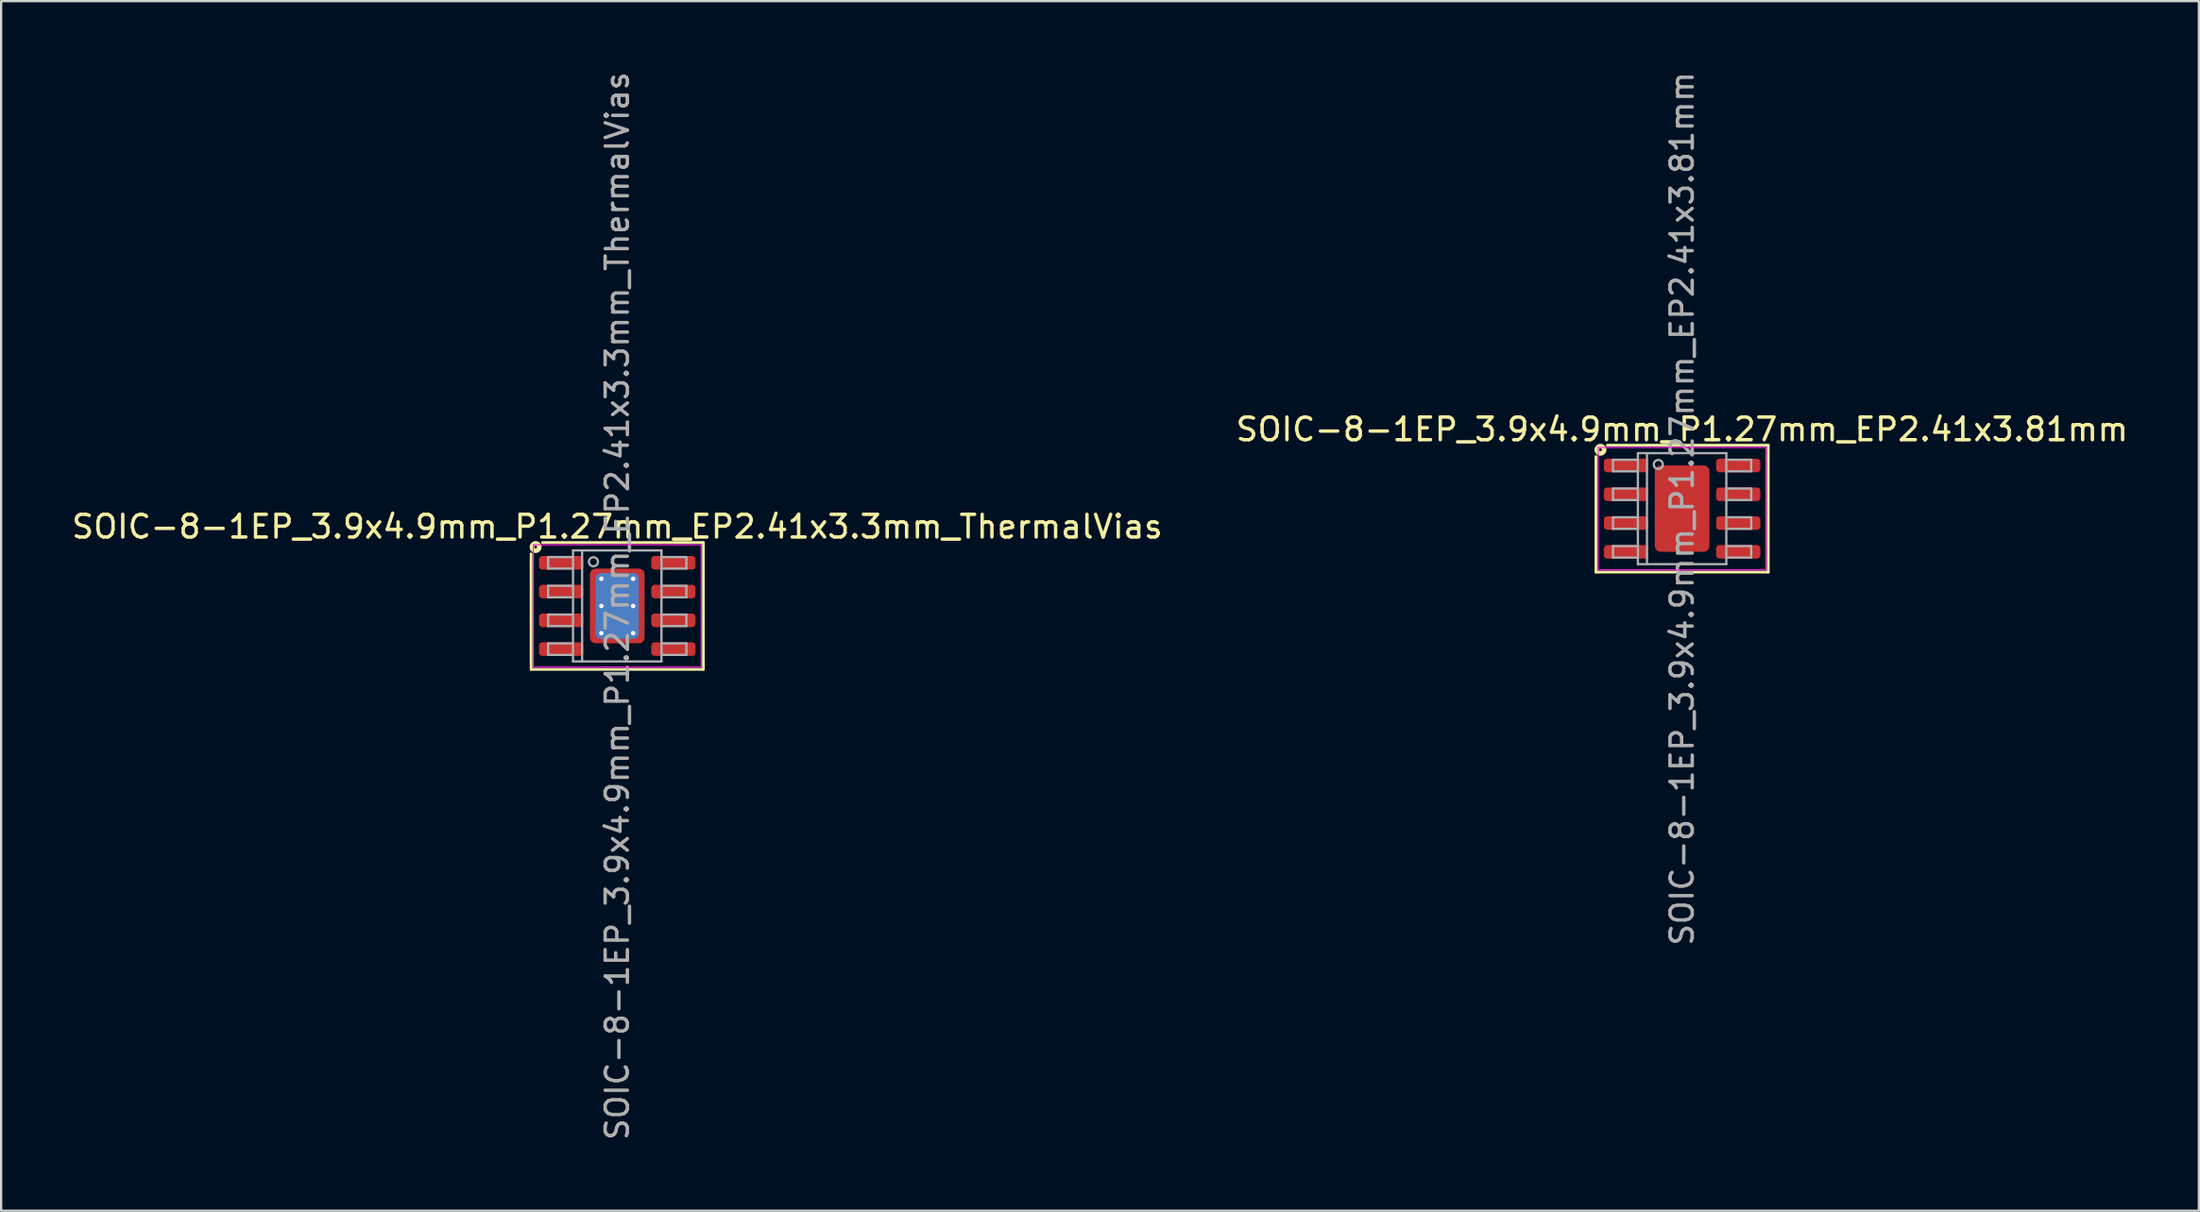
<source format=kicad_pcb>
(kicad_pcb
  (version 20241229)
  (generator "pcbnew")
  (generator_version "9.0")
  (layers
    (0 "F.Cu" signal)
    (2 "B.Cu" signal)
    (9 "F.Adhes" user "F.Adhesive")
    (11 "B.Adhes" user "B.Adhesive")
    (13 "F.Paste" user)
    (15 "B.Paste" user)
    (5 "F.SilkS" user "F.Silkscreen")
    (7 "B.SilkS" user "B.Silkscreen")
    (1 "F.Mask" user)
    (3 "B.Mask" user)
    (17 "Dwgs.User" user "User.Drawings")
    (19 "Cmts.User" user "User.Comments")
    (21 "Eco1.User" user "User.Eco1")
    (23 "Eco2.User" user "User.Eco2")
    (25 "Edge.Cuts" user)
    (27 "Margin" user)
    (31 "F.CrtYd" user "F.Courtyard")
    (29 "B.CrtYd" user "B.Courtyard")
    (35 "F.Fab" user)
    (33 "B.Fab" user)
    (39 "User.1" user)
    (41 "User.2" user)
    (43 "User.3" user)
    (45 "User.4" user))
  (footprint "SOIC-8-1EP_3.9x4.9mm_P1.27mm_EP2.41x3.81mm"
    (layer "F.Cu")
    (at 71.137 19.4)
    (property "Reference" "SOIC-8-1EP_3.9x4.9mm_P1.27mm_EP2.41x3.81mm" (at 0 -3.5 0) (layer "F.SilkS") (effects (font (size 1 1) (thickness 0.15))))
    (attr smd)
    (fp_line (start -3.8 -2.3) (end -3.8 2.8) (stroke (width 0.12) (type solid)) (layer "F.SilkS"))
    (fp_line (start -3.8 2.8) (end 3.8 2.8) (stroke (width 0.12) (type solid)) (layer "F.SilkS"))
    (fp_line (start 3.8 -2.8) (end -3.3 -2.8) (stroke (width 0.12) (type solid)) (layer "F.SilkS"))
    (fp_line (start 3.8 2.8) (end 3.8 -2.8) (stroke (width 0.12) (type solid)) (layer "F.SilkS"))
    (fp_circle (center -3.6 -2.6) (end -3.537 -2.6) (stroke (width 0.2) (type solid)) (fill no) (layer "F.SilkS"))
    (fp_line (start -3.7 -2.7) (end -3.7 2.7) (stroke (width 0.05) (type solid)) (layer "F.CrtYd"))
    (fp_line (start -3.7 2.7) (end 3.7 2.7) (stroke (width 0.05) (type solid)) (layer "F.CrtYd"))
    (fp_line (start 3.7 -2.7) (end -3.7 -2.7) (stroke (width 0.05) (type solid)) (layer "F.CrtYd"))
    (fp_line (start 3.7 2.7) (end 3.7 -2.7) (stroke (width 0.05) (type solid)) (layer "F.CrtYd"))
    (fp_line (start -3.048 -2.159) (end -3.048 -1.651) (stroke (width 0.1) (type solid)) (layer "F.Fab"))
    (fp_line (start -3.048 -2.159) (end -1.968 -2.159) (stroke (width 0.1) (type solid)) (layer "F.Fab"))
    (fp_line (start -3.048 -1.651) (end -1.968 -1.651) (stroke (width 0.1) (type solid)) (layer "F.Fab"))
    (fp_line (start -3.048 -0.889) (end -3.048 -0.381) (stroke (width 0.1) (type solid)) (layer "F.Fab"))
    (fp_line (start -3.048 -0.889) (end -1.968 -0.889) (stroke (width 0.1) (type solid)) (layer "F.Fab"))
    (fp_line (start -3.048 -0.381) (end -1.968 -0.381) (stroke (width 0.1) (type solid)) (layer "F.Fab"))
    (fp_line (start -3.048 0.381) (end -3.048 0.889) (stroke (width 0.1) (type solid)) (layer "F.Fab"))
    (fp_line (start -3.048 0.381) (end -1.968 0.381) (stroke (width 0.1) (type solid)) (layer "F.Fab"))
    (fp_line (start -3.048 0.889) (end -1.968 0.889) (stroke (width 0.1) (type solid)) (layer "F.Fab"))
    (fp_line (start -3.048 1.651) (end -3.048 2.159) (stroke (width 0.1) (type solid)) (layer "F.Fab"))
    (fp_line (start -3.048 1.651) (end -1.968 1.651) (stroke (width 0.1) (type solid)) (layer "F.Fab"))
    (fp_line (start -3.048 2.159) (end -1.968 2.159) (stroke (width 0.1) (type solid)) (layer "F.Fab"))
    (fp_line (start -1.95 -2.45) (end 1.95 -2.45) (stroke (width 0.1) (type solid)) (layer "F.Fab"))
    (fp_line (start -1.95 2.45) (end -1.95 -2.45) (stroke (width 0.1) (type solid)) (layer "F.Fab"))
    (fp_line (start -1.55 -2.45) (end -1.55 2.45) (stroke (width 0.1) (type solid)) (layer "F.Fab"))
    (fp_line (start 1.95 -2.45) (end 1.95 2.45) (stroke (width 0.1) (type solid)) (layer "F.Fab"))
    (fp_line (start 1.95 2.45) (end -1.95 2.45) (stroke (width 0.1) (type solid)) (layer "F.Fab"))
    (fp_line (start 3.048 -2.159) (end 1.968 -2.159) (stroke (width 0.1) (type solid)) (layer "F.Fab"))
    (fp_line (start 3.048 -1.651) (end 1.968 -1.651) (stroke (width 0.1) (type solid)) (layer "F.Fab"))
    (fp_line (start 3.048 -1.651) (end 3.048 -2.159) (stroke (width 0.1) (type solid)) (layer "F.Fab"))
    (fp_line (start 3.048 -0.889) (end 1.968 -0.889) (stroke (width 0.1) (type solid)) (layer "F.Fab"))
    (fp_line (start 3.048 -0.381) (end 1.968 -0.381) (stroke (width 0.1) (type solid)) (layer "F.Fab"))
    (fp_line (start 3.048 -0.381) (end 3.048 -0.889) (stroke (width 0.1) (type solid)) (layer "F.Fab"))
    (fp_line (start 3.048 0.381) (end 1.968 0.381) (stroke (width 0.1) (type solid)) (layer "F.Fab"))
    (fp_line (start 3.048 0.889) (end 1.968 0.889) (stroke (width 0.1) (type solid)) (layer "F.Fab"))
    (fp_line (start 3.048 0.889) (end 3.048 0.381) (stroke (width 0.1) (type solid)) (layer "F.Fab"))
    (fp_line (start 3.048 1.651) (end 1.968 1.651) (stroke (width 0.1) (type solid)) (layer "F.Fab"))
    (fp_line (start 3.048 2.159) (end 1.968 2.159) (stroke (width 0.1) (type solid)) (layer "F.Fab"))
    (fp_line (start 3.048 2.159) (end 3.048 1.651) (stroke (width 0.1) (type solid)) (layer "F.Fab"))
    (fp_circle (center -1.05 -1.95) (end -0.85 -1.95) (stroke (width 0.1) (type solid)) (fill no) (layer "F.Fab"))
    (fp_text user "${REFERENCE}" (at 0 0 90) (layer "F.Fab") (effects (font (size 0.98 0.98) (thickness 0.15))))
    (pad "" smd roundrect (at -0.6 -0.95) (size 0.97 1.54) (layers "F.Paste") (roundrect_rratio 0.25))
    (pad "" smd roundrect (at -0.6 0.95) (size 0.97 1.54) (layers "F.Paste") (roundrect_rratio 0.25))
    (pad "" smd roundrect (at 0.6 -0.95) (size 0.97 1.54) (layers "F.Paste") (roundrect_rratio 0.25))
    (pad "" smd roundrect (at 0.6 0.95) (size 0.97 1.54) (layers "F.Paste") (roundrect_rratio 0.25))
    (pad "1" smd roundrect (at -2.475 -1.905) (size 1.95 0.6) (layers "F.Cu" "F.Mask" "F.Paste") (roundrect_rratio 0.25))
    (pad "2" smd roundrect (at -2.475 -0.635) (size 1.95 0.6) (layers "F.Cu" "F.Mask" "F.Paste") (roundrect_rratio 0.25))
    (pad "3" smd roundrect (at -2.475 0.635) (size 1.95 0.6) (layers "F.Cu" "F.Mask" "F.Paste") (roundrect_rratio 0.25))
    (pad "4" smd roundrect (at -2.475 1.905) (size 1.95 0.6) (layers "F.Cu" "F.Mask" "F.Paste") (roundrect_rratio 0.25))
    (pad "5" smd roundrect (at 2.475 1.905) (size 1.95 0.6) (layers "F.Cu" "F.Mask" "F.Paste") (roundrect_rratio 0.25))
    (pad "6" smd roundrect (at 2.475 0.635) (size 1.95 0.6) (layers "F.Cu" "F.Mask" "F.Paste") (roundrect_rratio 0.25))
    (pad "7" smd roundrect (at 2.475 -0.635) (size 1.95 0.6) (layers "F.Cu" "F.Mask" "F.Paste") (roundrect_rratio 0.25))
    (pad "8" smd roundrect (at 2.475 -1.905) (size 1.95 0.6) (layers "F.Cu" "F.Mask" "F.Paste") (roundrect_rratio 0.25))
    (pad "9" smd roundrect (at 0 0) (size 2.41 3.81) (layers "F.Cu" "F.Mask") (roundrect_rratio 0.104)))
  (footprint "SOIC-8-1EP_3.9x4.9mm_P1.27mm_EP2.41x3.3mm_ThermalVias"
    (layer "F.Cu")
    (at 24.173 23.694)
    (property "Reference" "SOIC-8-1EP_3.9x4.9mm_P1.27mm_EP2.41x3.3mm_ThermalVias" (at 0 -3.5 0) (layer "F.SilkS") (effects (font (size 1 1) (thickness 0.15))))
    (attr smd)
    (fp_line (start -3.8 -2.3) (end -3.8 2.8) (stroke (width 0.12) (type solid)) (layer "F.SilkS"))
    (fp_line (start -3.8 2.8) (end 3.8 2.8) (stroke (width 0.12) (type solid)) (layer "F.SilkS"))
    (fp_line (start 3.8 -2.8) (end -3.3 -2.8) (stroke (width 0.12) (type solid)) (layer "F.SilkS"))
    (fp_line (start 3.8 2.8) (end 3.8 -2.8) (stroke (width 0.12) (type solid)) (layer "F.SilkS"))
    (fp_circle (center -3.6 -2.6) (end -3.537 -2.6) (stroke (width 0.2) (type solid)) (fill no) (layer "F.SilkS"))
    (fp_line (start -3.7 -2.7) (end -3.7 2.7) (stroke (width 0.05) (type solid)) (layer "F.CrtYd"))
    (fp_line (start -3.7 2.7) (end 3.7 2.7) (stroke (width 0.05) (type solid)) (layer "F.CrtYd"))
    (fp_line (start 3.7 -2.7) (end -3.7 -2.7) (stroke (width 0.05) (type solid)) (layer "F.CrtYd"))
    (fp_line (start 3.7 2.7) (end 3.7 -2.7) (stroke (width 0.05) (type solid)) (layer "F.CrtYd"))
    (fp_line (start -3.048 -2.159) (end -3.048 -1.651) (stroke (width 0.1) (type solid)) (layer "F.Fab"))
    (fp_line (start -3.048 -2.159) (end -1.968 -2.159) (stroke (width 0.1) (type solid)) (layer "F.Fab"))
    (fp_line (start -3.048 -1.651) (end -1.968 -1.651) (stroke (width 0.1) (type solid)) (layer "F.Fab"))
    (fp_line (start -3.048 -0.889) (end -3.048 -0.381) (stroke (width 0.1) (type solid)) (layer "F.Fab"))
    (fp_line (start -3.048 -0.889) (end -1.968 -0.889) (stroke (width 0.1) (type solid)) (layer "F.Fab"))
    (fp_line (start -3.048 -0.381) (end -1.968 -0.381) (stroke (width 0.1) (type solid)) (layer "F.Fab"))
    (fp_line (start -3.048 0.381) (end -3.048 0.889) (stroke (width 0.1) (type solid)) (layer "F.Fab"))
    (fp_line (start -3.048 0.381) (end -1.968 0.381) (stroke (width 0.1) (type solid)) (layer "F.Fab"))
    (fp_line (start -3.048 0.889) (end -1.968 0.889) (stroke (width 0.1) (type solid)) (layer "F.Fab"))
    (fp_line (start -3.048 1.651) (end -3.048 2.159) (stroke (width 0.1) (type solid)) (layer "F.Fab"))
    (fp_line (start -3.048 1.651) (end -1.968 1.651) (stroke (width 0.1) (type solid)) (layer "F.Fab"))
    (fp_line (start -3.048 2.159) (end -1.968 2.159) (stroke (width 0.1) (type solid)) (layer "F.Fab"))
    (fp_line (start -1.95 -2.45) (end 1.95 -2.45) (stroke (width 0.1) (type solid)) (layer "F.Fab"))
    (fp_line (start -1.95 2.45) (end -1.95 -2.45) (stroke (width 0.1) (type solid)) (layer "F.Fab"))
    (fp_line (start -1.55 -2.45) (end -1.55 2.45) (stroke (width 0.1) (type solid)) (layer "F.Fab"))
    (fp_line (start 1.95 -2.45) (end 1.95 2.45) (stroke (width 0.1) (type solid)) (layer "F.Fab"))
    (fp_line (start 1.95 2.45) (end -1.95 2.45) (stroke (width 0.1) (type solid)) (layer "F.Fab"))
    (fp_line (start 3.048 -2.159) (end 1.968 -2.159) (stroke (width 0.1) (type solid)) (layer "F.Fab"))
    (fp_line (start 3.048 -1.651) (end 1.968 -1.651) (stroke (width 0.1) (type solid)) (layer "F.Fab"))
    (fp_line (start 3.048 -1.651) (end 3.048 -2.159) (stroke (width 0.1) (type solid)) (layer "F.Fab"))
    (fp_line (start 3.048 -0.889) (end 1.968 -0.889) (stroke (width 0.1) (type solid)) (layer "F.Fab"))
    (fp_line (start 3.048 -0.381) (end 1.968 -0.381) (stroke (width 0.1) (type solid)) (layer "F.Fab"))
    (fp_line (start 3.048 -0.381) (end 3.048 -0.889) (stroke (width 0.1) (type solid)) (layer "F.Fab"))
    (fp_line (start 3.048 0.381) (end 1.968 0.381) (stroke (width 0.1) (type solid)) (layer "F.Fab"))
    (fp_line (start 3.048 0.889) (end 1.968 0.889) (stroke (width 0.1) (type solid)) (layer "F.Fab"))
    (fp_line (start 3.048 0.889) (end 3.048 0.381) (stroke (width 0.1) (type solid)) (layer "F.Fab"))
    (fp_line (start 3.048 1.651) (end 1.968 1.651) (stroke (width 0.1) (type solid)) (layer "F.Fab"))
    (fp_line (start 3.048 2.159) (end 1.968 2.159) (stroke (width 0.1) (type solid)) (layer "F.Fab"))
    (fp_line (start 3.048 2.159) (end 3.048 1.651) (stroke (width 0.1) (type solid)) (layer "F.Fab"))
    (fp_circle (center -1.05 -1.95) (end -0.85 -1.95) (stroke (width 0.1) (type solid)) (fill no) (layer "F.Fab"))
    (fp_text user "${REFERENCE}" (at 0 0 90) (layer "F.Fab") (effects (font (size 0.98 0.98) (thickness 0.15))))
    (pad "" smd roundrect (at -0.6 -0.825) (size 1.01 1.38) (layers "F.Paste") (roundrect_rratio 0.248))
    (pad "" smd roundrect (at -0.6 0.825) (size 1.01 1.38) (layers "F.Paste") (roundrect_rratio 0.248))
    (pad "" smd roundrect (at 0.6 -0.825) (size 1.01 1.38) (layers "F.Paste") (roundrect_rratio 0.248))
    (pad "" smd roundrect (at 0.6 0.825) (size 1.01 1.38) (layers "F.Paste") (roundrect_rratio 0.248))
    (pad "1" smd roundrect (at -2.475 -1.905) (size 1.95 0.6) (layers "F.Cu" "F.Mask" "F.Paste") (roundrect_rratio 0.25))
    (pad "2" smd roundrect (at -2.475 -0.635) (size 1.95 0.6) (layers "F.Cu" "F.Mask" "F.Paste") (roundrect_rratio 0.25))
    (pad "3" smd roundrect (at -2.475 0.635) (size 1.95 0.6) (layers "F.Cu" "F.Mask" "F.Paste") (roundrect_rratio 0.25))
    (pad "4" smd roundrect (at -2.475 1.905) (size 1.95 0.6) (layers "F.Cu" "F.Mask" "F.Paste") (roundrect_rratio 0.25))
    (pad "5" smd roundrect (at 2.475 1.905) (size 1.95 0.6) (layers "F.Cu" "F.Mask" "F.Paste") (roundrect_rratio 0.25))
    (pad "6" smd roundrect (at 2.475 0.635) (size 1.95 0.6) (layers "F.Cu" "F.Mask" "F.Paste") (roundrect_rratio 0.25))
    (pad "7" smd roundrect (at 2.475 -0.635) (size 1.95 0.6) (layers "F.Cu" "F.Mask" "F.Paste") (roundrect_rratio 0.25))
    (pad "8" smd roundrect (at 2.475 -1.905) (size 1.95 0.6) (layers "F.Cu" "F.Mask" "F.Paste") (roundrect_rratio 0.25))
    (pad "9" thru_hole circle (at -0.7 -1.2) (size 0.5 0.5) (drill 0.2) (property pad_prop_heatsink) (layers "*.Cu"))
    (pad "9" thru_hole circle (at -0.7 0) (size 0.5 0.5) (drill 0.2) (property pad_prop_heatsink) (layers "*.Cu"))
    (pad "9" thru_hole circle (at -0.7 1.2) (size 0.5 0.5) (drill 0.2) (property pad_prop_heatsink) (layers "*.Cu"))
    (pad "9" smd roundrect (at 0 0) (size 1.9 2.9) (layers "B.Cu" "B.Mask") (roundrect_rratio 0.132))
    (pad "9" smd roundrect (at 0 0) (size 2.41 3.3) (layers "F.Cu" "F.Mask") (roundrect_rratio 0.104))
    (pad "9" thru_hole circle (at 0.7 -1.2) (size 0.5 0.5) (drill 0.2) (property pad_prop_heatsink) (layers "*.Cu"))
    (pad "9" thru_hole circle (at 0.7 0) (size 0.5 0.5) (drill 0.2) (property pad_prop_heatsink) (layers "*.Cu"))
    (pad "9" thru_hole circle (at 0.7 1.2) (size 0.5 0.5) (drill 0.2) (property pad_prop_heatsink) (layers "*.Cu")))
  (gr_rect
    (start -3 -3)
    (end 93.929 50.387)
    (stroke (width 0.1) (type default))
    (fill no)
    (layer "Edge.Cuts")))
</source>
